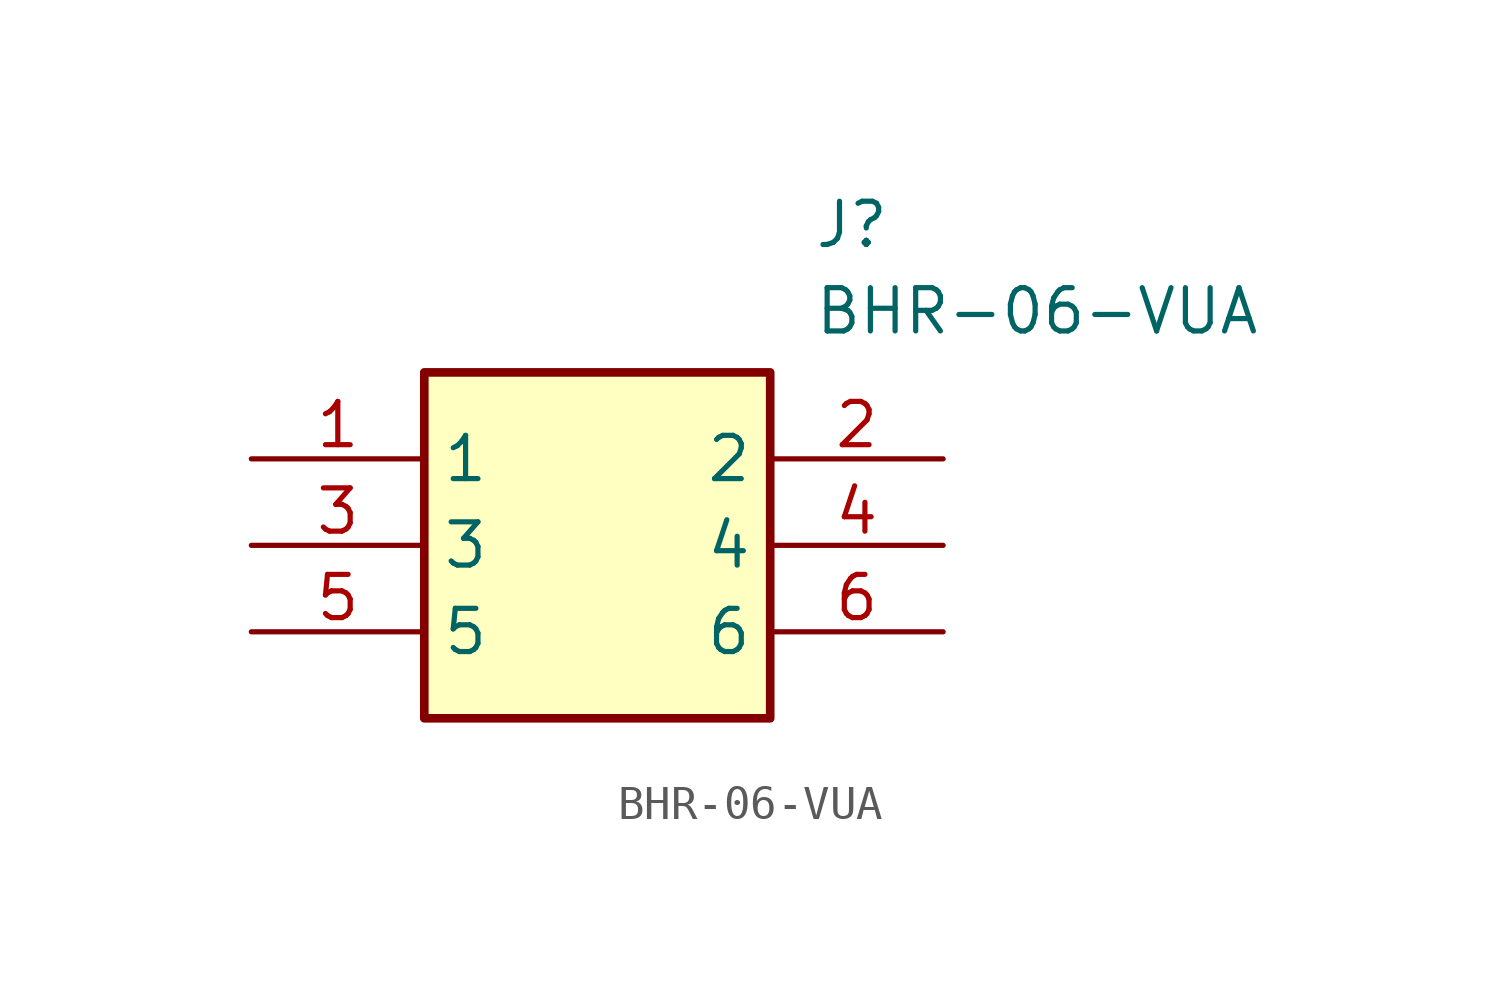
<source format=kicad_sym>
(kicad_symbol_lib
  (version 20211014)
  (generator SamacSys_ECAD_Model)
  (symbol "BHR-06-VUA"
    (property "Reference" "J"
      (at 16.51 7.62 0)
      (effects (font (size 1.27 1.27)) (justify left top)))
    (property "Value" "BHR-06-VUA"
      (at 16.51 5.08 0)
      (effects (font (size 1.27 1.27)) (justify left top)))
    (rectangle
      (start 5.08 2.54)
      (end 15.24 -7.62)
      (stroke (width 0.254) (type default))
      (fill (type background)))
    (pin passive line
      (at 0 0 0)
      (length 5.08)
      (name "1" (effects (font (size 1.27 1.27))))
      (number "1" (effects (font (size 1.27 1.27)))))
    (pin passive line
      (at 0 -2.54 0)
      (length 5.08)
      (name "3" (effects (font (size 1.27 1.27))))
      (number "3" (effects (font (size 1.27 1.27)))))
    (pin passive line
      (at 0 -5.08 0)
      (length 5.08)
      (name "5" (effects (font (size 1.27 1.27))))
      (number "5" (effects (font (size 1.27 1.27)))))
    (pin passive line
      (at 20.32 0 180)
      (length 5.08)
      (name "2" (effects (font (size 1.27 1.27))))
      (number "2" (effects (font (size 1.27 1.27)))))
    (pin passive line
      (at 20.32 -2.54 180)
      (length 5.08)
      (name "4" (effects (font (size 1.27 1.27))))
      (number "4" (effects (font (size 1.27 1.27)))))
    (pin passive line
      (at 20.32 -5.08 180)
      (length 5.08)
      (name "6" (effects (font (size 1.27 1.27))))
      (number "6" (effects (font (size 1.27 1.27)))))))
</source>
